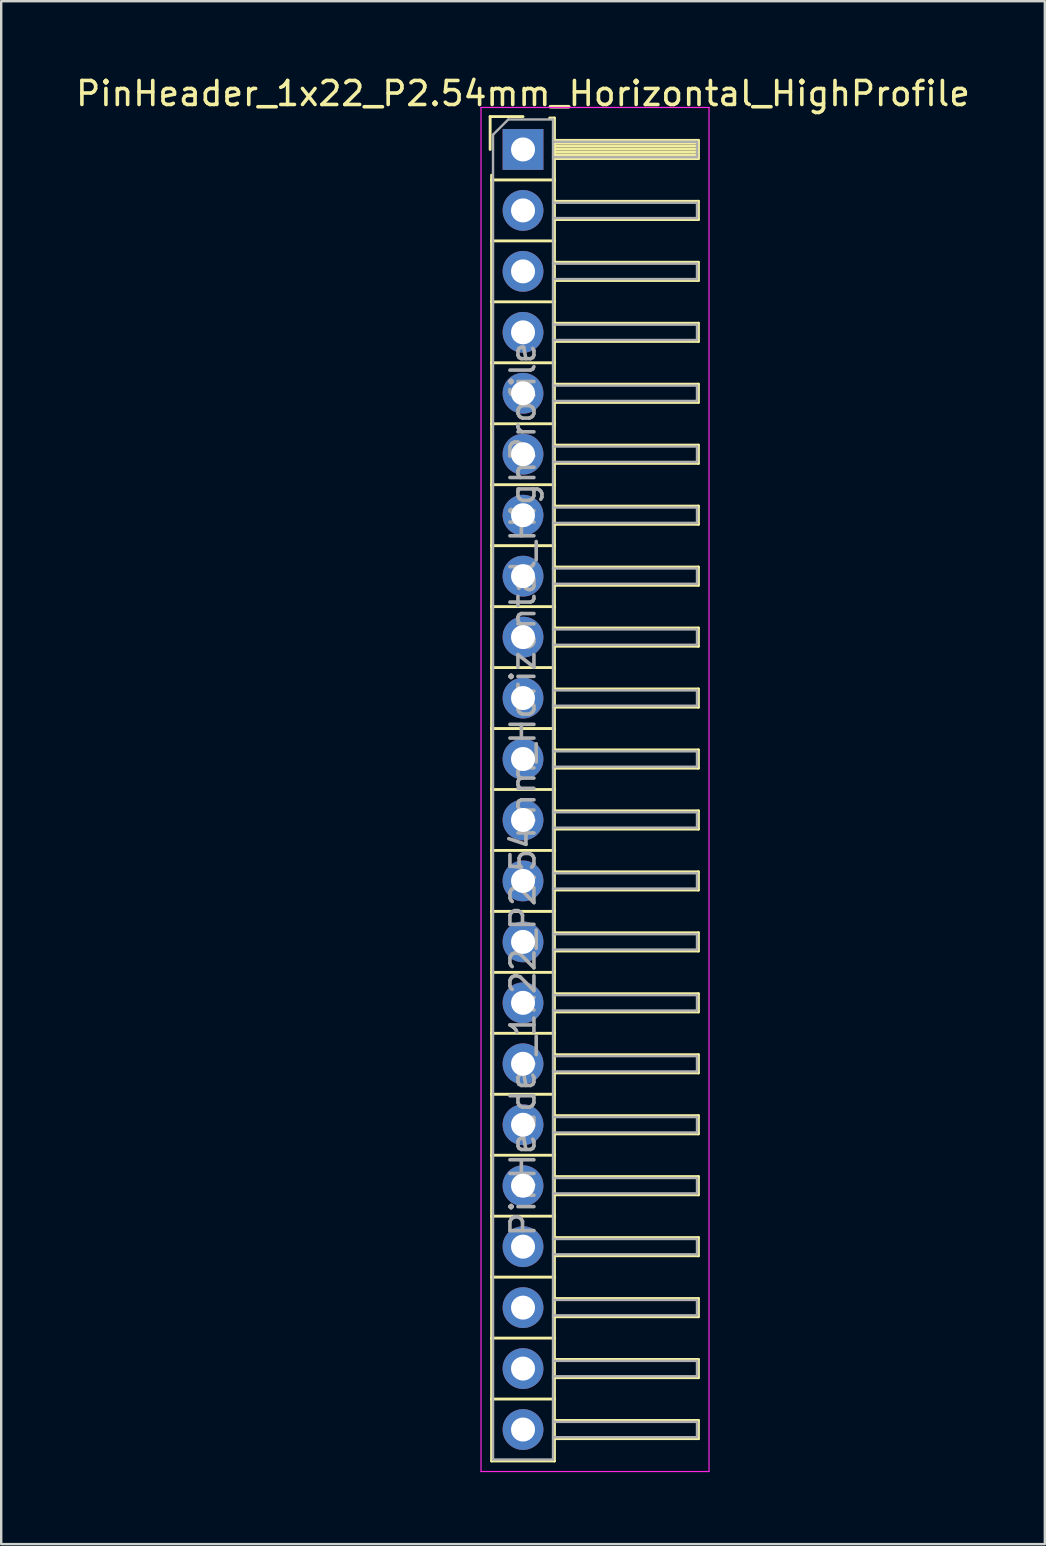
<source format=kicad_pcb>
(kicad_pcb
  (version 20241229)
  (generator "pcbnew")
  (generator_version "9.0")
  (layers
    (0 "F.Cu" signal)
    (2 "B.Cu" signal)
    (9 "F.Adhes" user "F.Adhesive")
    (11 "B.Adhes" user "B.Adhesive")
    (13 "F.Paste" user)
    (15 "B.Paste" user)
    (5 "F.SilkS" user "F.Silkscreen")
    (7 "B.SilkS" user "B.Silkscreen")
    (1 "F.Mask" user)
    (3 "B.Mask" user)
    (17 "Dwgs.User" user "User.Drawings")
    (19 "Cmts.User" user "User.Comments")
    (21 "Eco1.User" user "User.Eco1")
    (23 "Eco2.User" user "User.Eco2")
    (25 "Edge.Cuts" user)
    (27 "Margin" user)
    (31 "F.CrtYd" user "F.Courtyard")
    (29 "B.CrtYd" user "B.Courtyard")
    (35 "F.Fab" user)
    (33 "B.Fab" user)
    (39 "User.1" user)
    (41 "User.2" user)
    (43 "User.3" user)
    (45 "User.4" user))
  (footprint "PinHeader_1x22_P2.54mm_Horizontal_HighProfile"
    (layer "F.Cu")
    (at 18.744 3.178)
    (property "Reference" "PinHeader_1x22_P2.54mm_Horizontal_HighProfile" (at 0 -2.33 0) (layer "F.SilkS") (effects (font (size 1 1) (thickness 0.15))))
    (attr through_hole)
    (fp_line (start -1.37 -1.37) (end -1.37 0) (stroke (width 0.12) (type solid)) (layer "F.SilkS"))
    (fp_line (start -1.37 -1.37) (end 0 -1.37) (stroke (width 0.12) (type solid)) (layer "F.SilkS"))
    (fp_line (start -1.31 1.27) (end -1.31 1.07) (stroke (width 0.12) (type solid)) (layer "F.SilkS"))
    (fp_line (start -1.31 1.27) (end -1.31 3.81) (stroke (width 0.12) (type solid)) (layer "F.SilkS"))
    (fp_line (start -1.31 1.27) (end 1.31 1.27) (stroke (width 0.12) (type solid)) (layer "F.SilkS"))
    (fp_line (start -1.31 3.81) (end -1.31 6.35) (stroke (width 0.12) (type solid)) (layer "F.SilkS"))
    (fp_line (start -1.31 3.81) (end 1.31 3.81) (stroke (width 0.12) (type solid)) (layer "F.SilkS"))
    (fp_line (start -1.31 6.35) (end -1.31 8.89) (stroke (width 0.12) (type solid)) (layer "F.SilkS"))
    (fp_line (start -1.31 6.35) (end 1.31 6.35) (stroke (width 0.12) (type solid)) (layer "F.SilkS"))
    (fp_line (start -1.31 8.89) (end -1.31 11.43) (stroke (width 0.12) (type solid)) (layer "F.SilkS"))
    (fp_line (start -1.31 8.89) (end 1.31 8.89) (stroke (width 0.12) (type solid)) (layer "F.SilkS"))
    (fp_line (start -1.31 11.43) (end -1.31 13.97) (stroke (width 0.12) (type solid)) (layer "F.SilkS"))
    (fp_line (start -1.31 11.43) (end 1.31 11.43) (stroke (width 0.12) (type solid)) (layer "F.SilkS"))
    (fp_line (start -1.31 13.97) (end -1.31 16.51) (stroke (width 0.12) (type solid)) (layer "F.SilkS"))
    (fp_line (start -1.31 13.97) (end 1.31 13.97) (stroke (width 0.12) (type solid)) (layer "F.SilkS"))
    (fp_line (start -1.31 16.51) (end -1.31 19.05) (stroke (width 0.12) (type solid)) (layer "F.SilkS"))
    (fp_line (start -1.31 16.51) (end 1.31 16.51) (stroke (width 0.12) (type solid)) (layer "F.SilkS"))
    (fp_line (start -1.31 19.05) (end -1.31 21.59) (stroke (width 0.12) (type solid)) (layer "F.SilkS"))
    (fp_line (start -1.31 19.05) (end 1.31 19.05) (stroke (width 0.12) (type solid)) (layer "F.SilkS"))
    (fp_line (start -1.31 21.59) (end -1.31 24.13) (stroke (width 0.12) (type solid)) (layer "F.SilkS"))
    (fp_line (start -1.31 21.59) (end 1.31 21.59) (stroke (width 0.12) (type solid)) (layer "F.SilkS"))
    (fp_line (start -1.31 24.13) (end -1.31 26.67) (stroke (width 0.12) (type solid)) (layer "F.SilkS"))
    (fp_line (start -1.31 24.13) (end 1.31 24.13) (stroke (width 0.12) (type solid)) (layer "F.SilkS"))
    (fp_line (start -1.31 26.67) (end -1.31 29.21) (stroke (width 0.12) (type solid)) (layer "F.SilkS"))
    (fp_line (start -1.31 26.67) (end 1.31 26.67) (stroke (width 0.12) (type solid)) (layer "F.SilkS"))
    (fp_line (start -1.31 29.21) (end -1.31 31.75) (stroke (width 0.12) (type solid)) (layer "F.SilkS"))
    (fp_line (start -1.31 29.21) (end 1.31 29.21) (stroke (width 0.12) (type solid)) (layer "F.SilkS"))
    (fp_line (start -1.31 31.75) (end -1.31 34.29) (stroke (width 0.12) (type solid)) (layer "F.SilkS"))
    (fp_line (start -1.31 31.75) (end 1.31 31.75) (stroke (width 0.12) (type solid)) (layer "F.SilkS"))
    (fp_line (start -1.31 34.29) (end -1.31 36.83) (stroke (width 0.12) (type solid)) (layer "F.SilkS"))
    (fp_line (start -1.31 34.29) (end 1.31 34.29) (stroke (width 0.12) (type solid)) (layer "F.SilkS"))
    (fp_line (start -1.31 36.83) (end -1.31 39.37) (stroke (width 0.12) (type solid)) (layer "F.SilkS"))
    (fp_line (start -1.31 36.83) (end 1.31 36.83) (stroke (width 0.12) (type solid)) (layer "F.SilkS"))
    (fp_line (start -1.31 39.37) (end -1.31 41.91) (stroke (width 0.12) (type solid)) (layer "F.SilkS"))
    (fp_line (start -1.31 39.37) (end 1.31 39.37) (stroke (width 0.12) (type solid)) (layer "F.SilkS"))
    (fp_line (start -1.31 41.91) (end -1.31 44.45) (stroke (width 0.12) (type solid)) (layer "F.SilkS"))
    (fp_line (start -1.31 41.91) (end 1.31 41.91) (stroke (width 0.12) (type solid)) (layer "F.SilkS"))
    (fp_line (start -1.31 44.45) (end -1.31 46.99) (stroke (width 0.12) (type solid)) (layer "F.SilkS"))
    (fp_line (start -1.31 44.45) (end 1.31 44.45) (stroke (width 0.12) (type solid)) (layer "F.SilkS"))
    (fp_line (start -1.31 46.99) (end -1.31 49.53) (stroke (width 0.12) (type solid)) (layer "F.SilkS"))
    (fp_line (start -1.31 46.99) (end 1.31 46.99) (stroke (width 0.12) (type solid)) (layer "F.SilkS"))
    (fp_line (start -1.31 49.53) (end -1.31 52.07) (stroke (width 0.12) (type solid)) (layer "F.SilkS"))
    (fp_line (start -1.31 49.53) (end 1.31 49.53) (stroke (width 0.12) (type solid)) (layer "F.SilkS"))
    (fp_line (start -1.31 52.07) (end -1.31 54.65) (stroke (width 0.12) (type solid)) (layer "F.SilkS"))
    (fp_line (start -1.31 52.07) (end 1.31 52.07) (stroke (width 0.12) (type solid)) (layer "F.SilkS"))
    (fp_line (start -1.31 54.65) (end 1.31 54.65) (stroke (width 0.12) (type solid)) (layer "F.SilkS"))
    (fp_line (start 1.11 -1.31) (end 1.31 -1.31) (stroke (width 0.12) (type solid)) (layer "F.SilkS"))
    (fp_line (start 1.31 -1.31) (end 1.31 1.31) (stroke (width 0.12) (type solid)) (layer "F.SilkS"))
    (fp_line (start 1.31 -0.38) (end 7.31 -0.38) (stroke (width 0.12) (type solid)) (layer "F.SilkS"))
    (fp_line (start 1.31 -0.26) (end 7.31 -0.26) (stroke (width 0.12) (type solid)) (layer "F.SilkS"))
    (fp_line (start 1.31 -0.14) (end 7.31 -0.14) (stroke (width 0.12) (type solid)) (layer "F.SilkS"))
    (fp_line (start 1.31 -0.02) (end 7.31 -0.02) (stroke (width 0.12) (type solid)) (layer "F.SilkS"))
    (fp_line (start 1.31 0.1) (end 7.31 0.1) (stroke (width 0.12) (type solid)) (layer "F.SilkS"))
    (fp_line (start 1.31 0.22) (end 7.31 0.22) (stroke (width 0.12) (type solid)) (layer "F.SilkS"))
    (fp_line (start 1.31 0.34) (end 7.31 0.34) (stroke (width 0.12) (type solid)) (layer "F.SilkS"))
    (fp_line (start 1.31 0.38) (end 7.31 0.38) (stroke (width 0.12) (type solid)) (layer "F.SilkS"))
    (fp_line (start 1.31 1.27) (end 1.31 3.81) (stroke (width 0.12) (type solid)) (layer "F.SilkS"))
    (fp_line (start 1.31 2.16) (end 7.31 2.16) (stroke (width 0.12) (type solid)) (layer "F.SilkS"))
    (fp_line (start 1.31 2.92) (end 7.31 2.92) (stroke (width 0.12) (type solid)) (layer "F.SilkS"))
    (fp_line (start 1.31 3.81) (end 1.31 6.35) (stroke (width 0.12) (type solid)) (layer "F.SilkS"))
    (fp_line (start 1.31 4.7) (end 7.31 4.7) (stroke (width 0.12) (type solid)) (layer "F.SilkS"))
    (fp_line (start 1.31 5.46) (end 7.31 5.46) (stroke (width 0.12) (type solid)) (layer "F.SilkS"))
    (fp_line (start 1.31 6.35) (end 1.31 8.89) (stroke (width 0.12) (type solid)) (layer "F.SilkS"))
    (fp_line (start 1.31 7.24) (end 7.31 7.24) (stroke (width 0.12) (type solid)) (layer "F.SilkS"))
    (fp_line (start 1.31 8) (end 7.31 8) (stroke (width 0.12) (type solid)) (layer "F.SilkS"))
    (fp_line (start 1.31 8.89) (end 1.31 11.43) (stroke (width 0.12) (type solid)) (layer "F.SilkS"))
    (fp_line (start 1.31 9.78) (end 7.31 9.78) (stroke (width 0.12) (type solid)) (layer "F.SilkS"))
    (fp_line (start 1.31 10.54) (end 7.31 10.54) (stroke (width 0.12) (type solid)) (layer "F.SilkS"))
    (fp_line (start 1.31 11.43) (end 1.31 13.97) (stroke (width 0.12) (type solid)) (layer "F.SilkS"))
    (fp_line (start 1.31 12.32) (end 7.31 12.32) (stroke (width 0.12) (type solid)) (layer "F.SilkS"))
    (fp_line (start 1.31 13.08) (end 7.31 13.08) (stroke (width 0.12) (type solid)) (layer "F.SilkS"))
    (fp_line (start 1.31 13.97) (end 1.31 16.51) (stroke (width 0.12) (type solid)) (layer "F.SilkS"))
    (fp_line (start 1.31 14.86) (end 7.31 14.86) (stroke (width 0.12) (type solid)) (layer "F.SilkS"))
    (fp_line (start 1.31 15.62) (end 7.31 15.62) (stroke (width 0.12) (type solid)) (layer "F.SilkS"))
    (fp_line (start 1.31 16.51) (end 1.31 19.05) (stroke (width 0.12) (type solid)) (layer "F.SilkS"))
    (fp_line (start 1.31 17.4) (end 7.31 17.4) (stroke (width 0.12) (type solid)) (layer "F.SilkS"))
    (fp_line (start 1.31 18.16) (end 7.31 18.16) (stroke (width 0.12) (type solid)) (layer "F.SilkS"))
    (fp_line (start 1.31 19.05) (end 1.31 21.59) (stroke (width 0.12) (type solid)) (layer "F.SilkS"))
    (fp_line (start 1.31 19.94) (end 7.31 19.94) (stroke (width 0.12) (type solid)) (layer "F.SilkS"))
    (fp_line (start 1.31 20.7) (end 7.31 20.7) (stroke (width 0.12) (type solid)) (layer "F.SilkS"))
    (fp_line (start 1.31 21.59) (end 1.31 24.13) (stroke (width 0.12) (type solid)) (layer "F.SilkS"))
    (fp_line (start 1.31 22.48) (end 7.31 22.48) (stroke (width 0.12) (type solid)) (layer "F.SilkS"))
    (fp_line (start 1.31 23.24) (end 7.31 23.24) (stroke (width 0.12) (type solid)) (layer "F.SilkS"))
    (fp_line (start 1.31 24.13) (end 1.31 26.67) (stroke (width 0.12) (type solid)) (layer "F.SilkS"))
    (fp_line (start 1.31 25.02) (end 7.31 25.02) (stroke (width 0.12) (type solid)) (layer "F.SilkS"))
    (fp_line (start 1.31 25.78) (end 7.31 25.78) (stroke (width 0.12) (type solid)) (layer "F.SilkS"))
    (fp_line (start 1.31 26.67) (end 1.31 29.21) (stroke (width 0.12) (type solid)) (layer "F.SilkS"))
    (fp_line (start 1.31 27.56) (end 7.31 27.56) (stroke (width 0.12) (type solid)) (layer "F.SilkS"))
    (fp_line (start 1.31 28.32) (end 7.31 28.32) (stroke (width 0.12) (type solid)) (layer "F.SilkS"))
    (fp_line (start 1.31 29.21) (end 1.31 31.75) (stroke (width 0.12) (type solid)) (layer "F.SilkS"))
    (fp_line (start 1.31 30.1) (end 7.31 30.1) (stroke (width 0.12) (type solid)) (layer "F.SilkS"))
    (fp_line (start 1.31 30.86) (end 7.31 30.86) (stroke (width 0.12) (type solid)) (layer "F.SilkS"))
    (fp_line (start 1.31 31.75) (end 1.31 34.29) (stroke (width 0.12) (type solid)) (layer "F.SilkS"))
    (fp_line (start 1.31 32.64) (end 7.31 32.64) (stroke (width 0.12) (type solid)) (layer "F.SilkS"))
    (fp_line (start 1.31 33.4) (end 7.31 33.4) (stroke (width 0.12) (type solid)) (layer "F.SilkS"))
    (fp_line (start 1.31 34.29) (end 1.31 36.83) (stroke (width 0.12) (type solid)) (layer "F.SilkS"))
    (fp_line (start 1.31 35.18) (end 7.31 35.18) (stroke (width 0.12) (type solid)) (layer "F.SilkS"))
    (fp_line (start 1.31 35.94) (end 7.31 35.94) (stroke (width 0.12) (type solid)) (layer "F.SilkS"))
    (fp_line (start 1.31 36.83) (end 1.31 39.37) (stroke (width 0.12) (type solid)) (layer "F.SilkS"))
    (fp_line (start 1.31 37.72) (end 7.31 37.72) (stroke (width 0.12) (type solid)) (layer "F.SilkS"))
    (fp_line (start 1.31 38.48) (end 7.31 38.48) (stroke (width 0.12) (type solid)) (layer "F.SilkS"))
    (fp_line (start 1.31 39.37) (end 1.31 41.91) (stroke (width 0.12) (type solid)) (layer "F.SilkS"))
    (fp_line (start 1.31 40.26) (end 7.31 40.26) (stroke (width 0.12) (type solid)) (layer "F.SilkS"))
    (fp_line (start 1.31 41.02) (end 7.31 41.02) (stroke (width 0.12) (type solid)) (layer "F.SilkS"))
    (fp_line (start 1.31 41.91) (end 1.31 44.45) (stroke (width 0.12) (type solid)) (layer "F.SilkS"))
    (fp_line (start 1.31 42.8) (end 7.31 42.8) (stroke (width 0.12) (type solid)) (layer "F.SilkS"))
    (fp_line (start 1.31 43.56) (end 7.31 43.56) (stroke (width 0.12) (type solid)) (layer "F.SilkS"))
    (fp_line (start 1.31 44.45) (end 1.31 46.99) (stroke (width 0.12) (type solid)) (layer "F.SilkS"))
    (fp_line (start 1.31 45.34) (end 7.31 45.34) (stroke (width 0.12) (type solid)) (layer "F.SilkS"))
    (fp_line (start 1.31 46.1) (end 7.31 46.1) (stroke (width 0.12) (type solid)) (layer "F.SilkS"))
    (fp_line (start 1.31 46.99) (end 1.31 49.53) (stroke (width 0.12) (type solid)) (layer "F.SilkS"))
    (fp_line (start 1.31 47.88) (end 7.31 47.88) (stroke (width 0.12) (type solid)) (layer "F.SilkS"))
    (fp_line (start 1.31 48.64) (end 7.31 48.64) (stroke (width 0.12) (type solid)) (layer "F.SilkS"))
    (fp_line (start 1.31 49.53) (end 1.31 52.07) (stroke (width 0.12) (type solid)) (layer "F.SilkS"))
    (fp_line (start 1.31 50.42) (end 7.31 50.42) (stroke (width 0.12) (type solid)) (layer "F.SilkS"))
    (fp_line (start 1.31 51.18) (end 7.31 51.18) (stroke (width 0.12) (type solid)) (layer "F.SilkS"))
    (fp_line (start 1.31 52.07) (end 1.31 54.65) (stroke (width 0.12) (type solid)) (layer "F.SilkS"))
    (fp_line (start 1.31 52.96) (end 7.31 52.96) (stroke (width 0.12) (type solid)) (layer "F.SilkS"))
    (fp_line (start 1.31 53.72) (end 7.31 53.72) (stroke (width 0.12) (type solid)) (layer "F.SilkS"))
    (fp_line (start 7.31 -0.38) (end 7.31 0.38) (stroke (width 0.12) (type solid)) (layer "F.SilkS"))
    (fp_line (start 7.31 2.16) (end 7.31 2.92) (stroke (width 0.12) (type solid)) (layer "F.SilkS"))
    (fp_line (start 7.31 4.7) (end 7.31 5.46) (stroke (width 0.12) (type solid)) (layer "F.SilkS"))
    (fp_line (start 7.31 7.24) (end 7.31 8) (stroke (width 0.12) (type solid)) (layer "F.SilkS"))
    (fp_line (start 7.31 9.78) (end 7.31 10.54) (stroke (width 0.12) (type solid)) (layer "F.SilkS"))
    (fp_line (start 7.31 12.32) (end 7.31 13.08) (stroke (width 0.12) (type solid)) (layer "F.SilkS"))
    (fp_line (start 7.31 14.86) (end 7.31 15.62) (stroke (width 0.12) (type solid)) (layer "F.SilkS"))
    (fp_line (start 7.31 17.4) (end 7.31 18.16) (stroke (width 0.12) (type solid)) (layer "F.SilkS"))
    (fp_line (start 7.31 19.94) (end 7.31 20.7) (stroke (width 0.12) (type solid)) (layer "F.SilkS"))
    (fp_line (start 7.31 22.48) (end 7.31 23.24) (stroke (width 0.12) (type solid)) (layer "F.SilkS"))
    (fp_line (start 7.31 25.02) (end 7.31 25.78) (stroke (width 0.12) (type solid)) (layer "F.SilkS"))
    (fp_line (start 7.31 27.56) (end 7.31 28.32) (stroke (width 0.12) (type solid)) (layer "F.SilkS"))
    (fp_line (start 7.31 30.1) (end 7.31 30.86) (stroke (width 0.12) (type solid)) (layer "F.SilkS"))
    (fp_line (start 7.31 32.64) (end 7.31 33.4) (stroke (width 0.12) (type solid)) (layer "F.SilkS"))
    (fp_line (start 7.31 35.18) (end 7.31 35.94) (stroke (width 0.12) (type solid)) (layer "F.SilkS"))
    (fp_line (start 7.31 37.72) (end 7.31 38.48) (stroke (width 0.12) (type solid)) (layer "F.SilkS"))
    (fp_line (start 7.31 40.26) (end 7.31 41.02) (stroke (width 0.12) (type solid)) (layer "F.SilkS"))
    (fp_line (start 7.31 42.8) (end 7.31 43.56) (stroke (width 0.12) (type solid)) (layer "F.SilkS"))
    (fp_line (start 7.31 45.34) (end 7.31 46.1) (stroke (width 0.12) (type solid)) (layer "F.SilkS"))
    (fp_line (start 7.31 47.88) (end 7.31 48.64) (stroke (width 0.12) (type solid)) (layer "F.SilkS"))
    (fp_line (start 7.31 50.42) (end 7.31 51.18) (stroke (width 0.12) (type solid)) (layer "F.SilkS"))
    (fp_line (start 7.31 52.96) (end 7.31 53.72) (stroke (width 0.12) (type solid)) (layer "F.SilkS"))
    (fp_line (start -1.75 -1.75) (end -1.75 55.09) (stroke (width 0.05) (type solid)) (layer "F.CrtYd"))
    (fp_line (start -1.75 -1.75) (end 7.75 -1.75) (stroke (width 0.05) (type solid)) (layer "F.CrtYd"))
    (fp_line (start -1.75 55.09) (end 7.75 55.09) (stroke (width 0.05) (type solid)) (layer "F.CrtYd"))
    (fp_line (start 7.75 -1.75) (end 7.75 55.09) (stroke (width 0.05) (type solid)) (layer "F.CrtYd"))
    (fp_line (start -1.25 -0.615) (end -1.25 54.59) (stroke (width 0.1) (type solid)) (layer "F.Fab"))
    (fp_line (start -1.25 -0.615) (end -0.615 -1.25) (stroke (width 0.1) (type solid)) (layer "F.Fab"))
    (fp_line (start -1.25 54.59) (end 1.25 54.59) (stroke (width 0.1) (type solid)) (layer "F.Fab"))
    (fp_line (start -0.615 -1.25) (end 1.25 -1.25) (stroke (width 0.1) (type solid)) (layer "F.Fab"))
    (fp_line (start 1.25 -1.25) (end 1.25 54.59) (stroke (width 0.1) (type solid)) (layer "F.Fab"))
    (fp_line (start 1.25 -0.32) (end 7.25 -0.32) (stroke (width 0.1) (type solid)) (layer "F.Fab"))
    (fp_line (start 1.25 0.32) (end 7.25 0.32) (stroke (width 0.1) (type solid)) (layer "F.Fab"))
    (fp_line (start 1.25 2.22) (end 7.25 2.22) (stroke (width 0.1) (type solid)) (layer "F.Fab"))
    (fp_line (start 1.25 2.86) (end 7.25 2.86) (stroke (width 0.1) (type solid)) (layer "F.Fab"))
    (fp_line (start 1.25 4.76) (end 7.25 4.76) (stroke (width 0.1) (type solid)) (layer "F.Fab"))
    (fp_line (start 1.25 5.4) (end 7.25 5.4) (stroke (width 0.1) (type solid)) (layer "F.Fab"))
    (fp_line (start 1.25 7.3) (end 7.25 7.3) (stroke (width 0.1) (type solid)) (layer "F.Fab"))
    (fp_line (start 1.25 7.94) (end 7.25 7.94) (stroke (width 0.1) (type solid)) (layer "F.Fab"))
    (fp_line (start 1.25 9.84) (end 7.25 9.84) (stroke (width 0.1) (type solid)) (layer "F.Fab"))
    (fp_line (start 1.25 10.48) (end 7.25 10.48) (stroke (width 0.1) (type solid)) (layer "F.Fab"))
    (fp_line (start 1.25 12.38) (end 7.25 12.38) (stroke (width 0.1) (type solid)) (layer "F.Fab"))
    (fp_line (start 1.25 13.02) (end 7.25 13.02) (stroke (width 0.1) (type solid)) (layer "F.Fab"))
    (fp_line (start 1.25 14.92) (end 7.25 14.92) (stroke (width 0.1) (type solid)) (layer "F.Fab"))
    (fp_line (start 1.25 15.56) (end 7.25 15.56) (stroke (width 0.1) (type solid)) (layer "F.Fab"))
    (fp_line (start 1.25 17.46) (end 7.25 17.46) (stroke (width 0.1) (type solid)) (layer "F.Fab"))
    (fp_line (start 1.25 18.1) (end 7.25 18.1) (stroke (width 0.1) (type solid)) (layer "F.Fab"))
    (fp_line (start 1.25 20) (end 7.25 20) (stroke (width 0.1) (type solid)) (layer "F.Fab"))
    (fp_line (start 1.25 20.64) (end 7.25 20.64) (stroke (width 0.1) (type solid)) (layer "F.Fab"))
    (fp_line (start 1.25 22.54) (end 7.25 22.54) (stroke (width 0.1) (type solid)) (layer "F.Fab"))
    (fp_line (start 1.25 23.18) (end 7.25 23.18) (stroke (width 0.1) (type solid)) (layer "F.Fab"))
    (fp_line (start 1.25 25.08) (end 7.25 25.08) (stroke (width 0.1) (type solid)) (layer "F.Fab"))
    (fp_line (start 1.25 25.72) (end 7.25 25.72) (stroke (width 0.1) (type solid)) (layer "F.Fab"))
    (fp_line (start 1.25 27.62) (end 7.25 27.62) (stroke (width 0.1) (type solid)) (layer "F.Fab"))
    (fp_line (start 1.25 28.26) (end 7.25 28.26) (stroke (width 0.1) (type solid)) (layer "F.Fab"))
    (fp_line (start 1.25 30.16) (end 7.25 30.16) (stroke (width 0.1) (type solid)) (layer "F.Fab"))
    (fp_line (start 1.25 30.8) (end 7.25 30.8) (stroke (width 0.1) (type solid)) (layer "F.Fab"))
    (fp_line (start 1.25 32.7) (end 7.25 32.7) (stroke (width 0.1) (type solid)) (layer "F.Fab"))
    (fp_line (start 1.25 33.34) (end 7.25 33.34) (stroke (width 0.1) (type solid)) (layer "F.Fab"))
    (fp_line (start 1.25 35.24) (end 7.25 35.24) (stroke (width 0.1) (type solid)) (layer "F.Fab"))
    (fp_line (start 1.25 35.88) (end 7.25 35.88) (stroke (width 0.1) (type solid)) (layer "F.Fab"))
    (fp_line (start 1.25 37.78) (end 7.25 37.78) (stroke (width 0.1) (type solid)) (layer "F.Fab"))
    (fp_line (start 1.25 38.42) (end 7.25 38.42) (stroke (width 0.1) (type solid)) (layer "F.Fab"))
    (fp_line (start 1.25 40.32) (end 7.25 40.32) (stroke (width 0.1) (type solid)) (layer "F.Fab"))
    (fp_line (start 1.25 40.96) (end 7.25 40.96) (stroke (width 0.1) (type solid)) (layer "F.Fab"))
    (fp_line (start 1.25 42.86) (end 7.25 42.86) (stroke (width 0.1) (type solid)) (layer "F.Fab"))
    (fp_line (start 1.25 43.5) (end 7.25 43.5) (stroke (width 0.1) (type solid)) (layer "F.Fab"))
    (fp_line (start 1.25 45.4) (end 7.25 45.4) (stroke (width 0.1) (type solid)) (layer "F.Fab"))
    (fp_line (start 1.25 46.04) (end 7.25 46.04) (stroke (width 0.1) (type solid)) (layer "F.Fab"))
    (fp_line (start 1.25 47.94) (end 7.25 47.94) (stroke (width 0.1) (type solid)) (layer "F.Fab"))
    (fp_line (start 1.25 48.58) (end 7.25 48.58) (stroke (width 0.1) (type solid)) (layer "F.Fab"))
    (fp_line (start 1.25 50.48) (end 7.25 50.48) (stroke (width 0.1) (type solid)) (layer "F.Fab"))
    (fp_line (start 1.25 51.12) (end 7.25 51.12) (stroke (width 0.1) (type solid)) (layer "F.Fab"))
    (fp_line (start 1.25 53.02) (end 7.25 53.02) (stroke (width 0.1) (type solid)) (layer "F.Fab"))
    (fp_line (start 1.25 53.66) (end 7.25 53.66) (stroke (width 0.1) (type solid)) (layer "F.Fab"))
    (fp_line (start 7.25 -0.32) (end 7.25 0.32) (stroke (width 0.1) (type solid)) (layer "F.Fab"))
    (fp_line (start 7.25 2.22) (end 7.25 2.86) (stroke (width 0.1) (type solid)) (layer "F.Fab"))
    (fp_line (start 7.25 4.76) (end 7.25 5.4) (stroke (width 0.1) (type solid)) (layer "F.Fab"))
    (fp_line (start 7.25 7.3) (end 7.25 7.94) (stroke (width 0.1) (type solid)) (layer "F.Fab"))
    (fp_line (start 7.25 9.84) (end 7.25 10.48) (stroke (width 0.1) (type solid)) (layer "F.Fab"))
    (fp_line (start 7.25 12.38) (end 7.25 13.02) (stroke (width 0.1) (type solid)) (layer "F.Fab"))
    (fp_line (start 7.25 14.92) (end 7.25 15.56) (stroke (width 0.1) (type solid)) (layer "F.Fab"))
    (fp_line (start 7.25 17.46) (end 7.25 18.1) (stroke (width 0.1) (type solid)) (layer "F.Fab"))
    (fp_line (start 7.25 20) (end 7.25 20.64) (stroke (width 0.1) (type solid)) (layer "F.Fab"))
    (fp_line (start 7.25 22.54) (end 7.25 23.18) (stroke (width 0.1) (type solid)) (layer "F.Fab"))
    (fp_line (start 7.25 25.08) (end 7.25 25.72) (stroke (width 0.1) (type solid)) (layer "F.Fab"))
    (fp_line (start 7.25 27.62) (end 7.25 28.26) (stroke (width 0.1) (type solid)) (layer "F.Fab"))
    (fp_line (start 7.25 30.16) (end 7.25 30.8) (stroke (width 0.1) (type solid)) (layer "F.Fab"))
    (fp_line (start 7.25 32.7) (end 7.25 33.34) (stroke (width 0.1) (type solid)) (layer "F.Fab"))
    (fp_line (start 7.25 35.24) (end 7.25 35.88) (stroke (width 0.1) (type solid)) (layer "F.Fab"))
    (fp_line (start 7.25 37.78) (end 7.25 38.42) (stroke (width 0.1) (type solid)) (layer "F.Fab"))
    (fp_line (start 7.25 40.32) (end 7.25 40.96) (stroke (width 0.1) (type solid)) (layer "F.Fab"))
    (fp_line (start 7.25 42.86) (end 7.25 43.5) (stroke (width 0.1) (type solid)) (layer "F.Fab"))
    (fp_line (start 7.25 45.4) (end 7.25 46.04) (stroke (width 0.1) (type solid)) (layer "F.Fab"))
    (fp_line (start 7.25 47.94) (end 7.25 48.58) (stroke (width 0.1) (type solid)) (layer "F.Fab"))
    (fp_line (start 7.25 50.48) (end 7.25 51.12) (stroke (width 0.1) (type solid)) (layer "F.Fab"))
    (fp_line (start 7.25 53.02) (end 7.25 53.66) (stroke (width 0.1) (type solid)) (layer "F.Fab"))
    (fp_text user "${REFERENCE}" (at 0 26.67 90) (layer "F.Fab") (effects (font (size 1 1) (thickness 0.15))))
    (pad "1" thru_hole rect (at 0 0) (size 1.7 1.7) (drill 1) (layers "*.Cu" "*.Mask"))
    (pad "2" thru_hole oval (at 0 2.54) (size 1.7 1.7) (drill 1) (layers "*.Cu" "*.Mask"))
    (pad "3" thru_hole oval (at 0 5.08) (size 1.7 1.7) (drill 1) (layers "*.Cu" "*.Mask"))
    (pad "4" thru_hole oval (at 0 7.62) (size 1.7 1.7) (drill 1) (layers "*.Cu" "*.Mask"))
    (pad "5" thru_hole oval (at 0 10.16) (size 1.7 1.7) (drill 1) (layers "*.Cu" "*.Mask"))
    (pad "6" thru_hole oval (at 0 12.7) (size 1.7 1.7) (drill 1) (layers "*.Cu" "*.Mask"))
    (pad "7" thru_hole oval (at 0 15.24) (size 1.7 1.7) (drill 1) (layers "*.Cu" "*.Mask"))
    (pad "8" thru_hole oval (at 0 17.78) (size 1.7 1.7) (drill 1) (layers "*.Cu" "*.Mask"))
    (pad "9" thru_hole oval (at 0 20.32) (size 1.7 1.7) (drill 1) (layers "*.Cu" "*.Mask"))
    (pad "10" thru_hole oval (at 0 22.86) (size 1.7 1.7) (drill 1) (layers "*.Cu" "*.Mask"))
    (pad "11" thru_hole oval (at 0 25.4) (size 1.7 1.7) (drill 1) (layers "*.Cu" "*.Mask"))
    (pad "12" thru_hole oval (at 0 27.94) (size 1.7 1.7) (drill 1) (layers "*.Cu" "*.Mask"))
    (pad "13" thru_hole oval (at 0 30.48) (size 1.7 1.7) (drill 1) (layers "*.Cu" "*.Mask"))
    (pad "14" thru_hole oval (at 0 33.02) (size 1.7 1.7) (drill 1) (layers "*.Cu" "*.Mask"))
    (pad "15" thru_hole oval (at 0 35.56) (size 1.7 1.7) (drill 1) (layers "*.Cu" "*.Mask"))
    (pad "16" thru_hole oval (at 0 38.1) (size 1.7 1.7) (drill 1) (layers "*.Cu" "*.Mask"))
    (pad "17" thru_hole oval (at 0 40.64) (size 1.7 1.7) (drill 1) (layers "*.Cu" "*.Mask"))
    (pad "18" thru_hole oval (at 0 43.18) (size 1.7 1.7) (drill 1) (layers "*.Cu" "*.Mask"))
    (pad "19" thru_hole oval (at 0 45.72) (size 1.7 1.7) (drill 1) (layers "*.Cu" "*.Mask"))
    (pad "20" thru_hole oval (at 0 48.26) (size 1.7 1.7) (drill 1) (layers "*.Cu" "*.Mask"))
    (pad "21" thru_hole oval (at 0 50.8) (size 1.7 1.7) (drill 1) (layers "*.Cu" "*.Mask"))
    (pad "22" thru_hole oval (at 0 53.34) (size 1.7 1.7) (drill 1) (layers "*.Cu" "*.Mask")))
  (gr_rect
    (start -3 -3)
    (end 40.488 61.293)
    (stroke (width 0.1) (type default))
    (fill no)
    (layer "Edge.Cuts")))
</source>
